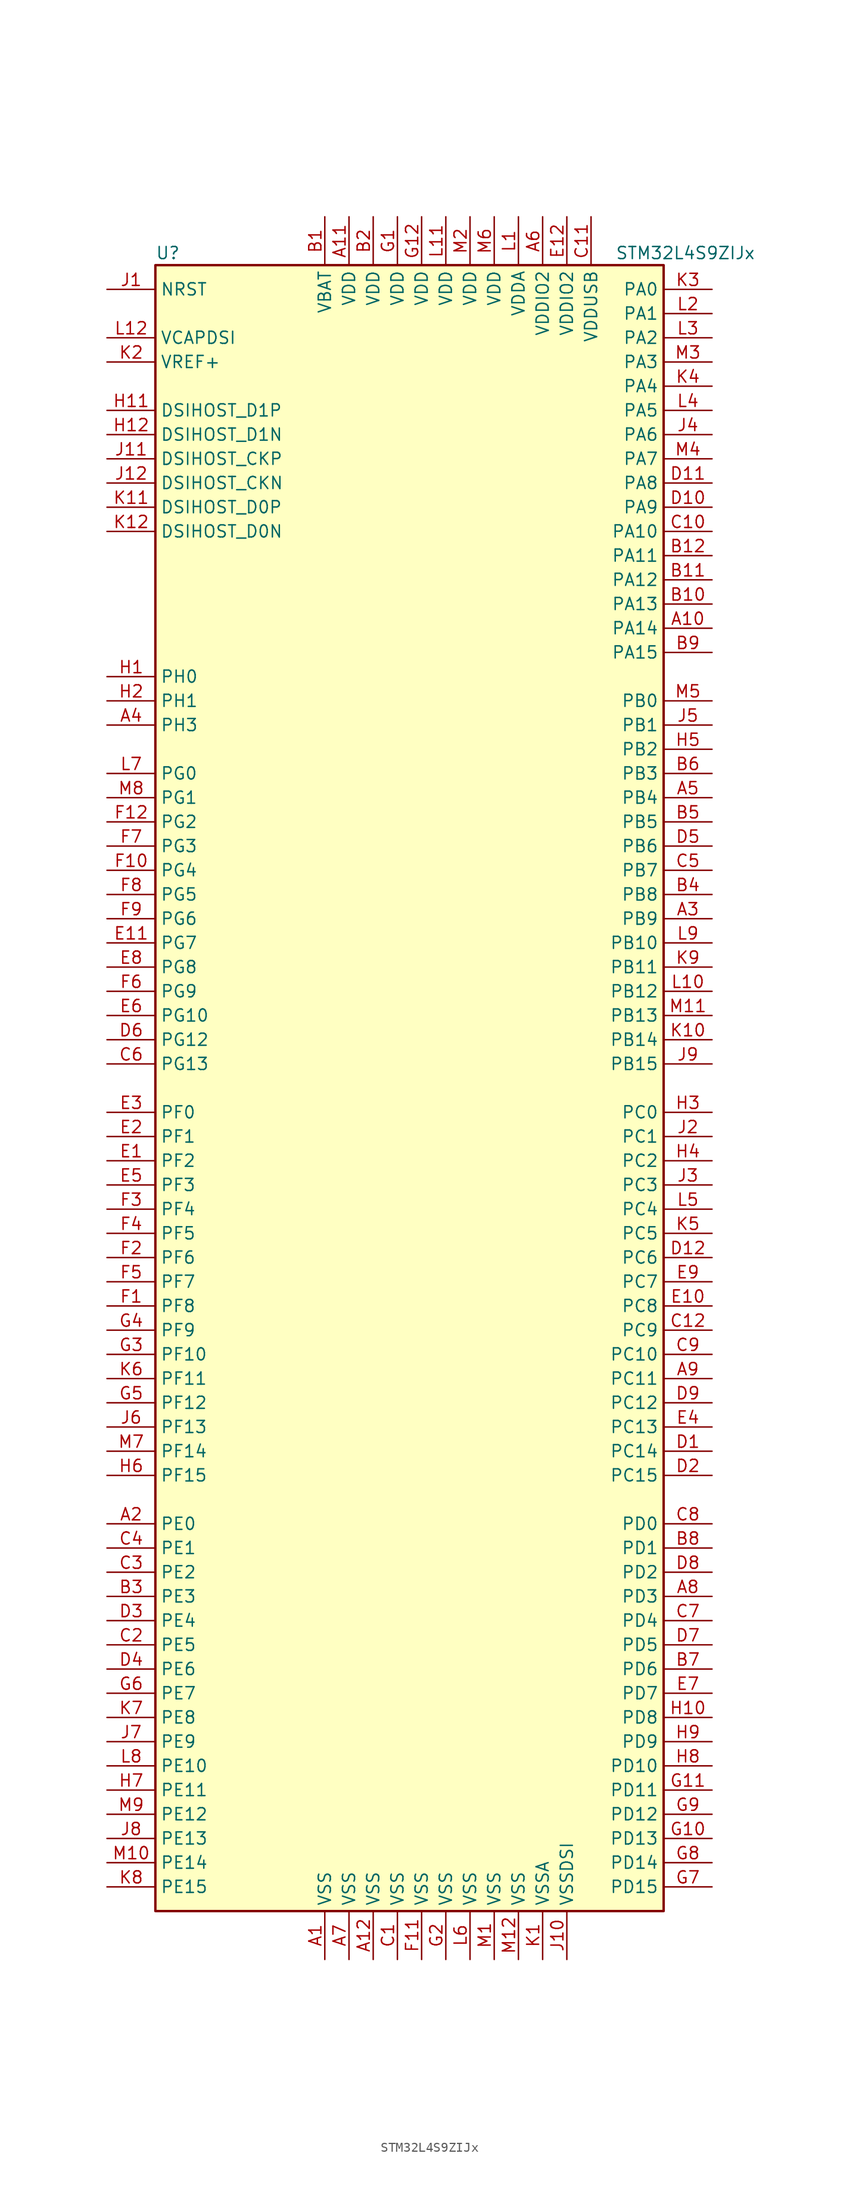
<source format=kicad_sym>
(kicad_symbol_lib
  (version 20211014)
  (generator kicad_symbol_editor)
  (symbol "STM32L4S9ZIJx"
    (property "Reference" "U"
      (at -27.94 87.63 0)
      (effects (font (size 1.27 1.27)) (justify left)))
    (property "Value" "STM32L4S9ZIJx"
      (at 20.32 87.63 0)
      (effects (font (size 1.27 1.27)) (justify left)))
    (symbol "STM32L4S9ZIJx_0_1"
      (rectangle (start -27.94 -86.36) (end 25.4 86.36) (stroke (width 0.254) (type default) (color 0 0 0 0)) (fill (type background))))
    (symbol "STM32L4S9ZIJx_1_1"
      (pin power_in line (at -10.16 -91.44 90) (length 5.08) (name "VSS" (effects (font (size 1.27 1.27)))) (number "A1" (effects (font (size 1.27 1.27)))))
      (pin bidirectional line (at 30.48 48.26 180) (length 5.08) (name "PA14" (effects (font (size 1.27 1.27)))) (number "A10" (effects (font (size 1.27 1.27)))))
      (pin power_in line (at -7.62 91.44 270) (length 5.08) (name "VDD" (effects (font (size 1.27 1.27)))) (number "A11" (effects (font (size 1.27 1.27)))))
      (pin power_in line (at -5.08 -91.44 90) (length 5.08) (name "VSS" (effects (font (size 1.27 1.27)))) (number "A12" (effects (font (size 1.27 1.27)))))
      (pin bidirectional line (at -33.02 -45.72 0) (length 5.08) (name "PE0" (effects (font (size 1.27 1.27)))) (number "A2" (effects (font (size 1.27 1.27)))))
      (pin bidirectional line (at 30.48 17.78 180) (length 5.08) (name "PB9" (effects (font (size 1.27 1.27)))) (number "A3" (effects (font (size 1.27 1.27)))))
      (pin bidirectional line (at -33.02 38.1 0) (length 5.08) (name "PH3" (effects (font (size 1.27 1.27)))) (number "A4" (effects (font (size 1.27 1.27)))))
      (pin bidirectional line (at 30.48 30.48 180) (length 5.08) (name "PB4" (effects (font (size 1.27 1.27)))) (number "A5" (effects (font (size 1.27 1.27)))))
      (pin power_in line (at 12.7 91.44 270) (length 5.08) (name "VDDIO2" (effects (font (size 1.27 1.27)))) (number "A6" (effects (font (size 1.27 1.27)))))
      (pin power_in line (at -7.62 -91.44 90) (length 5.08) (name "VSS" (effects (font (size 1.27 1.27)))) (number "A7" (effects (font (size 1.27 1.27)))))
      (pin bidirectional line (at 30.48 -53.34 180) (length 5.08) (name "PD3" (effects (font (size 1.27 1.27)))) (number "A8" (effects (font (size 1.27 1.27)))))
      (pin bidirectional line (at 30.48 -30.48 180) (length 5.08) (name "PC11" (effects (font (size 1.27 1.27)))) (number "A9" (effects (font (size 1.27 1.27)))))
      (pin power_in line (at -10.16 91.44 270) (length 5.08) (name "VBAT" (effects (font (size 1.27 1.27)))) (number "B1" (effects (font (size 1.27 1.27)))))
      (pin bidirectional line (at 30.48 50.8 180) (length 5.08) (name "PA13" (effects (font (size 1.27 1.27)))) (number "B10" (effects (font (size 1.27 1.27)))))
      (pin bidirectional line (at 30.48 53.34 180) (length 5.08) (name "PA12" (effects (font (size 1.27 1.27)))) (number "B11" (effects (font (size 1.27 1.27)))))
      (pin bidirectional line (at 30.48 55.88 180) (length 5.08) (name "PA11" (effects (font (size 1.27 1.27)))) (number "B12" (effects (font (size 1.27 1.27)))))
      (pin power_in line (at -5.08 91.44 270) (length 5.08) (name "VDD" (effects (font (size 1.27 1.27)))) (number "B2" (effects (font (size 1.27 1.27)))))
      (pin bidirectional line (at -33.02 -53.34 0) (length 5.08) (name "PE3" (effects (font (size 1.27 1.27)))) (number "B3" (effects (font (size 1.27 1.27)))))
      (pin bidirectional line (at 30.48 20.32 180) (length 5.08) (name "PB8" (effects (font (size 1.27 1.27)))) (number "B4" (effects (font (size 1.27 1.27)))))
      (pin bidirectional line (at 30.48 27.94 180) (length 5.08) (name "PB5" (effects (font (size 1.27 1.27)))) (number "B5" (effects (font (size 1.27 1.27)))))
      (pin bidirectional line (at 30.48 33.02 180) (length 5.08) (name "PB3" (effects (font (size 1.27 1.27)))) (number "B6" (effects (font (size 1.27 1.27)))))
      (pin bidirectional line (at 30.48 -60.96 180) (length 5.08) (name "PD6" (effects (font (size 1.27 1.27)))) (number "B7" (effects (font (size 1.27 1.27)))))
      (pin bidirectional line (at 30.48 -48.26 180) (length 5.08) (name "PD1" (effects (font (size 1.27 1.27)))) (number "B8" (effects (font (size 1.27 1.27)))))
      (pin bidirectional line (at 30.48 45.72 180) (length 5.08) (name "PA15" (effects (font (size 1.27 1.27)))) (number "B9" (effects (font (size 1.27 1.27)))))
      (pin power_in line (at -2.54 -91.44 90) (length 5.08) (name "VSS" (effects (font (size 1.27 1.27)))) (number "C1" (effects (font (size 1.27 1.27)))))
      (pin bidirectional line (at 30.48 58.42 180) (length 5.08) (name "PA10" (effects (font (size 1.27 1.27)))) (number "C10" (effects (font (size 1.27 1.27)))))
      (pin power_in line (at 17.78 91.44 270) (length 5.08) (name "VDDUSB" (effects (font (size 1.27 1.27)))) (number "C11" (effects (font (size 1.27 1.27)))))
      (pin bidirectional line (at 30.48 -25.4 180) (length 5.08) (name "PC9" (effects (font (size 1.27 1.27)))) (number "C12" (effects (font (size 1.27 1.27)))))
      (pin bidirectional line (at -33.02 -58.42 0) (length 5.08) (name "PE5" (effects (font (size 1.27 1.27)))) (number "C2" (effects (font (size 1.27 1.27)))))
      (pin bidirectional line (at -33.02 -50.8 0) (length 5.08) (name "PE2" (effects (font (size 1.27 1.27)))) (number "C3" (effects (font (size 1.27 1.27)))))
      (pin bidirectional line (at -33.02 -48.26 0) (length 5.08) (name "PE1" (effects (font (size 1.27 1.27)))) (number "C4" (effects (font (size 1.27 1.27)))))
      (pin bidirectional line (at 30.48 22.86 180) (length 5.08) (name "PB7" (effects (font (size 1.27 1.27)))) (number "C5" (effects (font (size 1.27 1.27)))))
      (pin bidirectional line (at -33.02 2.54 0) (length 5.08) (name "PG13" (effects (font (size 1.27 1.27)))) (number "C6" (effects (font (size 1.27 1.27)))))
      (pin bidirectional line (at 30.48 -55.88 180) (length 5.08) (name "PD4" (effects (font (size 1.27 1.27)))) (number "C7" (effects (font (size 1.27 1.27)))))
      (pin bidirectional line (at 30.48 -45.72 180) (length 5.08) (name "PD0" (effects (font (size 1.27 1.27)))) (number "C8" (effects (font (size 1.27 1.27)))))
      (pin bidirectional line (at 30.48 -27.94 180) (length 5.08) (name "PC10" (effects (font (size 1.27 1.27)))) (number "C9" (effects (font (size 1.27 1.27)))))
      (pin bidirectional line (at 30.48 -38.1 180) (length 5.08) (name "PC14" (effects (font (size 1.27 1.27)))) (number "D1" (effects (font (size 1.27 1.27)))))
      (pin bidirectional line (at 30.48 60.96 180) (length 5.08) (name "PA9" (effects (font (size 1.27 1.27)))) (number "D10" (effects (font (size 1.27 1.27)))))
      (pin bidirectional line (at 30.48 63.5 180) (length 5.08) (name "PA8" (effects (font (size 1.27 1.27)))) (number "D11" (effects (font (size 1.27 1.27)))))
      (pin bidirectional line (at 30.48 -17.78 180) (length 5.08) (name "PC6" (effects (font (size 1.27 1.27)))) (number "D12" (effects (font (size 1.27 1.27)))))
      (pin bidirectional line (at 30.48 -40.64 180) (length 5.08) (name "PC15" (effects (font (size 1.27 1.27)))) (number "D2" (effects (font (size 1.27 1.27)))))
      (pin bidirectional line (at -33.02 -55.88 0) (length 5.08) (name "PE4" (effects (font (size 1.27 1.27)))) (number "D3" (effects (font (size 1.27 1.27)))))
      (pin bidirectional line (at -33.02 -60.96 0) (length 5.08) (name "PE6" (effects (font (size 1.27 1.27)))) (number "D4" (effects (font (size 1.27 1.27)))))
      (pin bidirectional line (at 30.48 25.4 180) (length 5.08) (name "PB6" (effects (font (size 1.27 1.27)))) (number "D5" (effects (font (size 1.27 1.27)))))
      (pin bidirectional line (at -33.02 5.08 0) (length 5.08) (name "PG12" (effects (font (size 1.27 1.27)))) (number "D6" (effects (font (size 1.27 1.27)))))
      (pin bidirectional line (at 30.48 -58.42 180) (length 5.08) (name "PD5" (effects (font (size 1.27 1.27)))) (number "D7" (effects (font (size 1.27 1.27)))))
      (pin bidirectional line (at 30.48 -50.8 180) (length 5.08) (name "PD2" (effects (font (size 1.27 1.27)))) (number "D8" (effects (font (size 1.27 1.27)))))
      (pin bidirectional line (at 30.48 -33.02 180) (length 5.08) (name "PC12" (effects (font (size 1.27 1.27)))) (number "D9" (effects (font (size 1.27 1.27)))))
      (pin bidirectional line (at -33.02 -7.62 0) (length 5.08) (name "PF2" (effects (font (size 1.27 1.27)))) (number "E1" (effects (font (size 1.27 1.27)))))
      (pin bidirectional line (at 30.48 -22.86 180) (length 5.08) (name "PC8" (effects (font (size 1.27 1.27)))) (number "E10" (effects (font (size 1.27 1.27)))))
      (pin bidirectional line (at -33.02 15.24 0) (length 5.08) (name "PG7" (effects (font (size 1.27 1.27)))) (number "E11" (effects (font (size 1.27 1.27)))))
      (pin power_in line (at 15.24 91.44 270) (length 5.08) (name "VDDIO2" (effects (font (size 1.27 1.27)))) (number "E12" (effects (font (size 1.27 1.27)))))
      (pin bidirectional line (at -33.02 -5.08 0) (length 5.08) (name "PF1" (effects (font (size 1.27 1.27)))) (number "E2" (effects (font (size 1.27 1.27)))))
      (pin bidirectional line (at -33.02 -2.54 0) (length 5.08) (name "PF0" (effects (font (size 1.27 1.27)))) (number "E3" (effects (font (size 1.27 1.27)))))
      (pin bidirectional line (at 30.48 -35.56 180) (length 5.08) (name "PC13" (effects (font (size 1.27 1.27)))) (number "E4" (effects (font (size 1.27 1.27)))))
      (pin bidirectional line (at -33.02 -10.16 0) (length 5.08) (name "PF3" (effects (font (size 1.27 1.27)))) (number "E5" (effects (font (size 1.27 1.27)))))
      (pin bidirectional line (at -33.02 7.62 0) (length 5.08) (name "PG10" (effects (font (size 1.27 1.27)))) (number "E6" (effects (font (size 1.27 1.27)))))
      (pin bidirectional line (at 30.48 -63.5 180) (length 5.08) (name "PD7" (effects (font (size 1.27 1.27)))) (number "E7" (effects (font (size 1.27 1.27)))))
      (pin bidirectional line (at -33.02 12.7 0) (length 5.08) (name "PG8" (effects (font (size 1.27 1.27)))) (number "E8" (effects (font (size 1.27 1.27)))))
      (pin bidirectional line (at 30.48 -20.32 180) (length 5.08) (name "PC7" (effects (font (size 1.27 1.27)))) (number "E9" (effects (font (size 1.27 1.27)))))
      (pin bidirectional line (at -33.02 -22.86 0) (length 5.08) (name "PF8" (effects (font (size 1.27 1.27)))) (number "F1" (effects (font (size 1.27 1.27)))))
      (pin bidirectional line (at -33.02 22.86 0) (length 5.08) (name "PG4" (effects (font (size 1.27 1.27)))) (number "F10" (effects (font (size 1.27 1.27)))))
      (pin power_in line (at 0 -91.44 90) (length 5.08) (name "VSS" (effects (font (size 1.27 1.27)))) (number "F11" (effects (font (size 1.27 1.27)))))
      (pin bidirectional line (at -33.02 27.94 0) (length 5.08) (name "PG2" (effects (font (size 1.27 1.27)))) (number "F12" (effects (font (size 1.27 1.27)))))
      (pin bidirectional line (at -33.02 -17.78 0) (length 5.08) (name "PF6" (effects (font (size 1.27 1.27)))) (number "F2" (effects (font (size 1.27 1.27)))))
      (pin bidirectional line (at -33.02 -12.7 0) (length 5.08) (name "PF4" (effects (font (size 1.27 1.27)))) (number "F3" (effects (font (size 1.27 1.27)))))
      (pin bidirectional line (at -33.02 -15.24 0) (length 5.08) (name "PF5" (effects (font (size 1.27 1.27)))) (number "F4" (effects (font (size 1.27 1.27)))))
      (pin bidirectional line (at -33.02 -20.32 0) (length 5.08) (name "PF7" (effects (font (size 1.27 1.27)))) (number "F5" (effects (font (size 1.27 1.27)))))
      (pin bidirectional line (at -33.02 10.16 0) (length 5.08) (name "PG9" (effects (font (size 1.27 1.27)))) (number "F6" (effects (font (size 1.27 1.27)))))
      (pin bidirectional line (at -33.02 25.4 0) (length 5.08) (name "PG3" (effects (font (size 1.27 1.27)))) (number "F7" (effects (font (size 1.27 1.27)))))
      (pin bidirectional line (at -33.02 20.32 0) (length 5.08) (name "PG5" (effects (font (size 1.27 1.27)))) (number "F8" (effects (font (size 1.27 1.27)))))
      (pin bidirectional line (at -33.02 17.78 0) (length 5.08) (name "PG6" (effects (font (size 1.27 1.27)))) (number "F9" (effects (font (size 1.27 1.27)))))
      (pin power_in line (at -2.54 91.44 270) (length 5.08) (name "VDD" (effects (font (size 1.27 1.27)))) (number "G1" (effects (font (size 1.27 1.27)))))
      (pin bidirectional line (at 30.48 -78.74 180) (length 5.08) (name "PD13" (effects (font (size 1.27 1.27)))) (number "G10" (effects (font (size 1.27 1.27)))))
      (pin bidirectional line (at 30.48 -73.66 180) (length 5.08) (name "PD11" (effects (font (size 1.27 1.27)))) (number "G11" (effects (font (size 1.27 1.27)))))
      (pin power_in line (at 0 91.44 270) (length 5.08) (name "VDD" (effects (font (size 1.27 1.27)))) (number "G12" (effects (font (size 1.27 1.27)))))
      (pin power_in line (at 2.54 -91.44 90) (length 5.08) (name "VSS" (effects (font (size 1.27 1.27)))) (number "G2" (effects (font (size 1.27 1.27)))))
      (pin bidirectional line (at -33.02 -27.94 0) (length 5.08) (name "PF10" (effects (font (size 1.27 1.27)))) (number "G3" (effects (font (size 1.27 1.27)))))
      (pin bidirectional line (at -33.02 -25.4 0) (length 5.08) (name "PF9" (effects (font (size 1.27 1.27)))) (number "G4" (effects (font (size 1.27 1.27)))))
      (pin bidirectional line (at -33.02 -33.02 0) (length 5.08) (name "PF12" (effects (font (size 1.27 1.27)))) (number "G5" (effects (font (size 1.27 1.27)))))
      (pin bidirectional line (at -33.02 -63.5 0) (length 5.08) (name "PE7" (effects (font (size 1.27 1.27)))) (number "G6" (effects (font (size 1.27 1.27)))))
      (pin bidirectional line (at 30.48 -83.82 180) (length 5.08) (name "PD15" (effects (font (size 1.27 1.27)))) (number "G7" (effects (font (size 1.27 1.27)))))
      (pin bidirectional line (at 30.48 -81.28 180) (length 5.08) (name "PD14" (effects (font (size 1.27 1.27)))) (number "G8" (effects (font (size 1.27 1.27)))))
      (pin bidirectional line (at 30.48 -76.2 180) (length 5.08) (name "PD12" (effects (font (size 1.27 1.27)))) (number "G9" (effects (font (size 1.27 1.27)))))
      (pin input line (at -33.02 43.18 0) (length 5.08) (name "PH0" (effects (font (size 1.27 1.27)))) (number "H1" (effects (font (size 1.27 1.27)))))
      (pin bidirectional line (at 30.48 -66.04 180) (length 5.08) (name "PD8" (effects (font (size 1.27 1.27)))) (number "H10" (effects (font (size 1.27 1.27)))))
      (pin bidirectional line (at -33.02 71.12 0) (length 5.08) (name "DSIHOST_D1P" (effects (font (size 1.27 1.27)))) (number "H11" (effects (font (size 1.27 1.27)))))
      (pin bidirectional line (at -33.02 68.58 0) (length 5.08) (name "DSIHOST_D1N" (effects (font (size 1.27 1.27)))) (number "H12" (effects (font (size 1.27 1.27)))))
      (pin input line (at -33.02 40.64 0) (length 5.08) (name "PH1" (effects (font (size 1.27 1.27)))) (number "H2" (effects (font (size 1.27 1.27)))))
      (pin bidirectional line (at 30.48 -2.54 180) (length 5.08) (name "PC0" (effects (font (size 1.27 1.27)))) (number "H3" (effects (font (size 1.27 1.27)))))
      (pin bidirectional line (at 30.48 -7.62 180) (length 5.08) (name "PC2" (effects (font (size 1.27 1.27)))) (number "H4" (effects (font (size 1.27 1.27)))))
      (pin bidirectional line (at 30.48 35.56 180) (length 5.08) (name "PB2" (effects (font (size 1.27 1.27)))) (number "H5" (effects (font (size 1.27 1.27)))))
      (pin bidirectional line (at -33.02 -40.64 0) (length 5.08) (name "PF15" (effects (font (size 1.27 1.27)))) (number "H6" (effects (font (size 1.27 1.27)))))
      (pin bidirectional line (at -33.02 -73.66 0) (length 5.08) (name "PE11" (effects (font (size 1.27 1.27)))) (number "H7" (effects (font (size 1.27 1.27)))))
      (pin bidirectional line (at 30.48 -71.12 180) (length 5.08) (name "PD10" (effects (font (size 1.27 1.27)))) (number "H8" (effects (font (size 1.27 1.27)))))
      (pin bidirectional line (at 30.48 -68.58 180) (length 5.08) (name "PD9" (effects (font (size 1.27 1.27)))) (number "H9" (effects (font (size 1.27 1.27)))))
      (pin input line (at -33.02 83.82 0) (length 5.08) (name "NRST" (effects (font (size 1.27 1.27)))) (number "J1" (effects (font (size 1.27 1.27)))))
      (pin power_in line (at 15.24 -91.44 90) (length 5.08) (name "VSSDSI" (effects (font (size 1.27 1.27)))) (number "J10" (effects (font (size 1.27 1.27)))))
      (pin bidirectional line (at -33.02 66.04 0) (length 5.08) (name "DSIHOST_CKP" (effects (font (size 1.27 1.27)))) (number "J11" (effects (font (size 1.27 1.27)))))
      (pin bidirectional line (at -33.02 63.5 0) (length 5.08) (name "DSIHOST_CKN" (effects (font (size 1.27 1.27)))) (number "J12" (effects (font (size 1.27 1.27)))))
      (pin bidirectional line (at 30.48 -5.08 180) (length 5.08) (name "PC1" (effects (font (size 1.27 1.27)))) (number "J2" (effects (font (size 1.27 1.27)))))
      (pin bidirectional line (at 30.48 -10.16 180) (length 5.08) (name "PC3" (effects (font (size 1.27 1.27)))) (number "J3" (effects (font (size 1.27 1.27)))))
      (pin bidirectional line (at 30.48 68.58 180) (length 5.08) (name "PA6" (effects (font (size 1.27 1.27)))) (number "J4" (effects (font (size 1.27 1.27)))))
      (pin bidirectional line (at 30.48 38.1 180) (length 5.08) (name "PB1" (effects (font (size 1.27 1.27)))) (number "J5" (effects (font (size 1.27 1.27)))))
      (pin bidirectional line (at -33.02 -35.56 0) (length 5.08) (name "PF13" (effects (font (size 1.27 1.27)))) (number "J6" (effects (font (size 1.27 1.27)))))
      (pin bidirectional line (at -33.02 -68.58 0) (length 5.08) (name "PE9" (effects (font (size 1.27 1.27)))) (number "J7" (effects (font (size 1.27 1.27)))))
      (pin bidirectional line (at -33.02 -78.74 0) (length 5.08) (name "PE13" (effects (font (size 1.27 1.27)))) (number "J8" (effects (font (size 1.27 1.27)))))
      (pin bidirectional line (at 30.48 2.54 180) (length 5.08) (name "PB15" (effects (font (size 1.27 1.27)))) (number "J9" (effects (font (size 1.27 1.27)))))
      (pin power_in line (at 12.7 -91.44 90) (length 5.08) (name "VSSA" (effects (font (size 1.27 1.27)))) (number "K1" (effects (font (size 1.27 1.27)))))
      (pin bidirectional line (at 30.48 5.08 180) (length 5.08) (name "PB14" (effects (font (size 1.27 1.27)))) (number "K10" (effects (font (size 1.27 1.27)))))
      (pin bidirectional line (at -33.02 60.96 0) (length 5.08) (name "DSIHOST_D0P" (effects (font (size 1.27 1.27)))) (number "K11" (effects (font (size 1.27 1.27)))))
      (pin bidirectional line (at -33.02 58.42 0) (length 5.08) (name "DSIHOST_D0N" (effects (font (size 1.27 1.27)))) (number "K12" (effects (font (size 1.27 1.27)))))
      (pin bidirectional line (at -33.02 76.2 0) (length 5.08) (name "VREF+" (effects (font (size 1.27 1.27)))) (number "K2" (effects (font (size 1.27 1.27)))))
      (pin bidirectional line (at 30.48 83.82 180) (length 5.08) (name "PA0" (effects (font (size 1.27 1.27)))) (number "K3" (effects (font (size 1.27 1.27)))))
      (pin bidirectional line (at 30.48 73.66 180) (length 5.08) (name "PA4" (effects (font (size 1.27 1.27)))) (number "K4" (effects (font (size 1.27 1.27)))))
      (pin bidirectional line (at 30.48 -15.24 180) (length 5.08) (name "PC5" (effects (font (size 1.27 1.27)))) (number "K5" (effects (font (size 1.27 1.27)))))
      (pin bidirectional line (at -33.02 -30.48 0) (length 5.08) (name "PF11" (effects (font (size 1.27 1.27)))) (number "K6" (effects (font (size 1.27 1.27)))))
      (pin bidirectional line (at -33.02 -66.04 0) (length 5.08) (name "PE8" (effects (font (size 1.27 1.27)))) (number "K7" (effects (font (size 1.27 1.27)))))
      (pin bidirectional line (at -33.02 -83.82 0) (length 5.08) (name "PE15" (effects (font (size 1.27 1.27)))) (number "K8" (effects (font (size 1.27 1.27)))))
      (pin bidirectional line (at 30.48 12.7 180) (length 5.08) (name "PB11" (effects (font (size 1.27 1.27)))) (number "K9" (effects (font (size 1.27 1.27)))))
      (pin power_in line (at 10.16 91.44 270) (length 5.08) (name "VDDA" (effects (font (size 1.27 1.27)))) (number "L1" (effects (font (size 1.27 1.27)))))
      (pin bidirectional line (at 30.48 10.16 180) (length 5.08) (name "PB12" (effects (font (size 1.27 1.27)))) (number "L10" (effects (font (size 1.27 1.27)))))
      (pin power_in line (at 2.54 91.44 270) (length 5.08) (name "VDD" (effects (font (size 1.27 1.27)))) (number "L11" (effects (font (size 1.27 1.27)))))
      (pin power_in line (at -33.02 78.74 0) (length 5.08) (name "VCAPDSI" (effects (font (size 1.27 1.27)))) (number "L12" (effects (font (size 1.27 1.27)))))
      (pin bidirectional line (at 30.48 81.28 180) (length 5.08) (name "PA1" (effects (font (size 1.27 1.27)))) (number "L2" (effects (font (size 1.27 1.27)))))
      (pin bidirectional line (at 30.48 78.74 180) (length 5.08) (name "PA2" (effects (font (size 1.27 1.27)))) (number "L3" (effects (font (size 1.27 1.27)))))
      (pin bidirectional line (at 30.48 71.12 180) (length 5.08) (name "PA5" (effects (font (size 1.27 1.27)))) (number "L4" (effects (font (size 1.27 1.27)))))
      (pin bidirectional line (at 30.48 -12.7 180) (length 5.08) (name "PC4" (effects (font (size 1.27 1.27)))) (number "L5" (effects (font (size 1.27 1.27)))))
      (pin power_in line (at 5.08 -91.44 90) (length 5.08) (name "VSS" (effects (font (size 1.27 1.27)))) (number "L6" (effects (font (size 1.27 1.27)))))
      (pin bidirectional line (at -33.02 33.02 0) (length 5.08) (name "PG0" (effects (font (size 1.27 1.27)))) (number "L7" (effects (font (size 1.27 1.27)))))
      (pin bidirectional line (at -33.02 -71.12 0) (length 5.08) (name "PE10" (effects (font (size 1.27 1.27)))) (number "L8" (effects (font (size 1.27 1.27)))))
      (pin bidirectional line (at 30.48 15.24 180) (length 5.08) (name "PB10" (effects (font (size 1.27 1.27)))) (number "L9" (effects (font (size 1.27 1.27)))))
      (pin power_in line (at 7.62 -91.44 90) (length 5.08) (name "VSS" (effects (font (size 1.27 1.27)))) (number "M1" (effects (font (size 1.27 1.27)))))
      (pin bidirectional line (at -33.02 -81.28 0) (length 5.08) (name "PE14" (effects (font (size 1.27 1.27)))) (number "M10" (effects (font (size 1.27 1.27)))))
      (pin bidirectional line (at 30.48 7.62 180) (length 5.08) (name "PB13" (effects (font (size 1.27 1.27)))) (number "M11" (effects (font (size 1.27 1.27)))))
      (pin power_in line (at 10.16 -91.44 90) (length 5.08) (name "VSS" (effects (font (size 1.27 1.27)))) (number "M12" (effects (font (size 1.27 1.27)))))
      (pin power_in line (at 5.08 91.44 270) (length 5.08) (name "VDD" (effects (font (size 1.27 1.27)))) (number "M2" (effects (font (size 1.27 1.27)))))
      (pin bidirectional line (at 30.48 76.2 180) (length 5.08) (name "PA3" (effects (font (size 1.27 1.27)))) (number "M3" (effects (font (size 1.27 1.27)))))
      (pin bidirectional line (at 30.48 66.04 180) (length 5.08) (name "PA7" (effects (font (size 1.27 1.27)))) (number "M4" (effects (font (size 1.27 1.27)))))
      (pin bidirectional line (at 30.48 40.64 180) (length 5.08) (name "PB0" (effects (font (size 1.27 1.27)))) (number "M5" (effects (font (size 1.27 1.27)))))
      (pin power_in line (at 7.62 91.44 270) (length 5.08) (name "VDD" (effects (font (size 1.27 1.27)))) (number "M6" (effects (font (size 1.27 1.27)))))
      (pin bidirectional line (at -33.02 -38.1 0) (length 5.08) (name "PF14" (effects (font (size 1.27 1.27)))) (number "M7" (effects (font (size 1.27 1.27)))))
      (pin bidirectional line (at -33.02 30.48 0) (length 5.08) (name "PG1" (effects (font (size 1.27 1.27)))) (number "M8" (effects (font (size 1.27 1.27)))))
      (pin bidirectional line (at -33.02 -76.2 0) (length 5.08) (name "PE12" (effects (font (size 1.27 1.27)))) (number "M9" (effects (font (size 1.27 1.27))))))))
</source>
